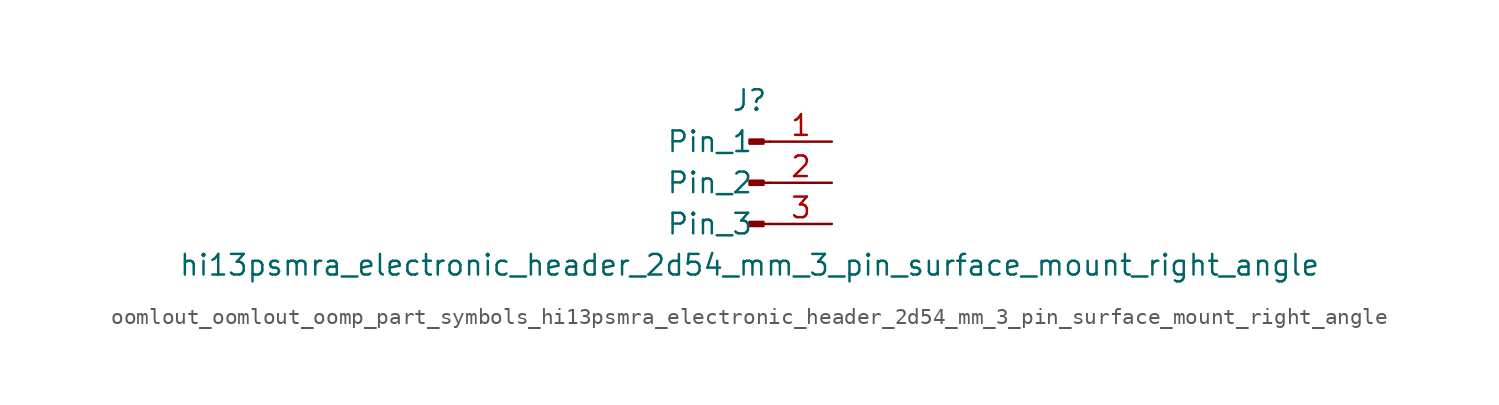
<source format=kicad_sym>
(kicad_symbol_lib
  (version 20220914)
  (generator kicad_symbol_editor)
  (symbol "oomlout_oomlout_oomp_part_symbols_hi13psmra_electronic_header_2d54_mm_3_pin_surface_mount_right_angle"
    (pin_names
      (offset 1.016))
    (property "Reference" "J"
      (at 0 5.08 0)
      (effects (font (size 1.27 1.27))))
    (property "Value" "hi13psmra_electronic_header_2d54_mm_3_pin_surface_mount_right_angle"
      (at 0 -5.08 0)
      (effects (font (size 1.27 1.27))))
    (property "ki_locked" ""
      (at 0 0 0)
      (effects (font (size 1.27 1.27))))
    (symbol "oomlout_oomlout_oomp_part_symbols_hi13psmra_electronic_header_2d54_mm_3_pin_surface_mount_right_angle_1_1"
      (polyline (pts (xy 1.27 -2.54) (xy 0.864 -2.54)) (stroke (width 0.152) (type default)) (fill (type none)))
      (polyline (pts (xy 1.27 0) (xy 0.864 0)) (stroke (width 0.152) (type default)) (fill (type none)))
      (polyline (pts (xy 1.27 2.54) (xy 0.864 2.54)) (stroke (width 0.152) (type default)) (fill (type none)))
      (rectangle (start 0.864 -2.413) (end 0 -2.667) (stroke (width 0.152) (type default)) (fill (type outline)))
      (rectangle (start 0.864 0.127) (end 0 -0.127) (stroke (width 0.152) (type default)) (fill (type outline)))
      (rectangle (start 0.864 2.667) (end 0 2.413) (stroke (width 0.152) (type default)) (fill (type outline)))
      (pin passive line (at 5.08 2.54 180) (length 3.81) (name "Pin_1" (effects (font (size 1.27 1.27)))) (number "1" (effects (font (size 1.27 1.27)))))
      (pin passive line (at 5.08 0 180) (length 3.81) (name "Pin_2" (effects (font (size 1.27 1.27)))) (number "2" (effects (font (size 1.27 1.27)))))
      (pin passive line (at 5.08 -2.54 180) (length 3.81) (name "Pin_3" (effects (font (size 1.27 1.27)))) (number "3" (effects (font (size 1.27 1.27))))))))
</source>
